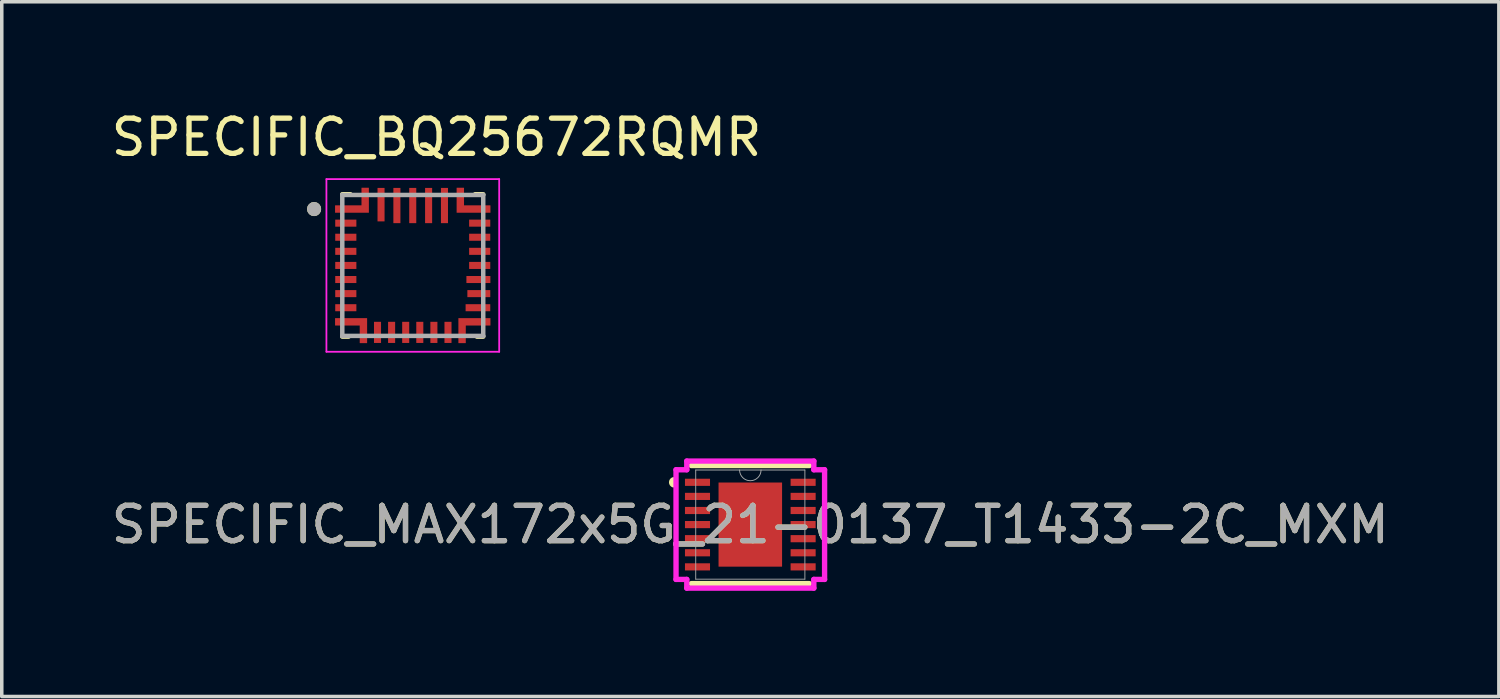
<source format=kicad_pcb>
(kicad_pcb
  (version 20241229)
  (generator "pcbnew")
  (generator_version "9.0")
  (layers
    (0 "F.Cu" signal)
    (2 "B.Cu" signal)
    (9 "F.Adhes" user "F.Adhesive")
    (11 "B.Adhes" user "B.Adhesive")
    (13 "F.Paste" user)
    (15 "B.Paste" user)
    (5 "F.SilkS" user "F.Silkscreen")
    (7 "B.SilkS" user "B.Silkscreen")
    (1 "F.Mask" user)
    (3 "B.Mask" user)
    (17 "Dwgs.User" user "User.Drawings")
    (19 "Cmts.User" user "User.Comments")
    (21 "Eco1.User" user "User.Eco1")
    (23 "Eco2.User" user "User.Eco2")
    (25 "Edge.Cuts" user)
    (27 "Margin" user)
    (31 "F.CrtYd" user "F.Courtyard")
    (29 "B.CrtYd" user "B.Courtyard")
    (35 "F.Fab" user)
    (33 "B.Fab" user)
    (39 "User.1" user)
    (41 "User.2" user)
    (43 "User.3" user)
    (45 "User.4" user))
  (footprint "SPECIFIC_MAX172x5G_21-0137_T1433-2C_MXM"
    (layer "F.Cu")
    (at 18.244 11.838)
    (property "Reference" "SPECIFIC_MAX172x5G_21-0137_T1433-2C_MXM" (at 0 0 0) (unlocked yes) (layer "F.SilkS") (effects (font (size 1 1) (thickness 0.15))))
    (attr smd)
    (fp_line (start -1.676 1.676) (end 1.676 1.676) (stroke (width 0.152) (type solid)) (layer "F.SilkS"))
    (fp_line (start 1.676 -1.676) (end -1.676 -1.676) (stroke (width 0.152) (type solid)) (layer "F.SilkS"))
    (fp_arc (start -2.18694 -1.130453) (mid -2.232 -1.2) (end -2.18694 -1.269547) (stroke (width 0.1524) (type solid)) (layer "F.SilkS"))
    (fp_line (start -2.108 -1.556) (end -1.803 -1.556) (stroke (width 0.152) (type solid)) (layer "F.CrtYd"))
    (fp_line (start -2.108 1.556) (end -2.108 -1.556) (stroke (width 0.152) (type solid)) (layer "F.CrtYd"))
    (fp_line (start -2.108 1.556) (end -1.803 1.556) (stroke (width 0.152) (type solid)) (layer "F.CrtYd"))
    (fp_line (start -1.803 -1.803) (end 1.803 -1.803) (stroke (width 0.152) (type solid)) (layer "F.CrtYd"))
    (fp_line (start -1.803 -1.556) (end -1.803 -1.803) (stroke (width 0.152) (type solid)) (layer "F.CrtYd"))
    (fp_line (start -1.803 1.803) (end -1.803 1.556) (stroke (width 0.152) (type solid)) (layer "F.CrtYd"))
    (fp_line (start 1.803 -1.803) (end 1.803 -1.556) (stroke (width 0.152) (type solid)) (layer "F.CrtYd"))
    (fp_line (start 1.803 1.556) (end 1.803 1.803) (stroke (width 0.152) (type solid)) (layer "F.CrtYd"))
    (fp_line (start 1.803 1.803) (end -1.803 1.803) (stroke (width 0.152) (type solid)) (layer "F.CrtYd"))
    (fp_line (start 2.108 -1.556) (end 1.803 -1.556) (stroke (width 0.152) (type solid)) (layer "F.CrtYd"))
    (fp_line (start 2.108 -1.556) (end 2.108 1.556) (stroke (width 0.152) (type solid)) (layer "F.CrtYd"))
    (fp_line (start 2.108 1.556) (end 1.803 1.556) (stroke (width 0.152) (type solid)) (layer "F.CrtYd"))
    (fp_line (start -1.549 -1.549) (end -1.549 1.549) (stroke (width 0.025) (type solid)) (layer "F.Fab"))
    (fp_line (start -1.549 1.549) (end 1.549 1.549) (stroke (width 0.025) (type solid)) (layer "F.Fab"))
    (fp_line (start 1.549 -1.549) (end -1.549 -1.549) (stroke (width 0.025) (type solid)) (layer "F.Fab"))
    (fp_line (start 1.549 1.549) (end 1.549 -1.549) (stroke (width 0.025) (type solid)) (layer "F.Fab"))
    (fp_arc (start 0.3048 -1.5494) (mid 0 -1.2446) (end -0.3048 -1.5494) (stroke (width 0.0254) (type solid)) (layer "F.Fab"))
    (fp_text user "${REFERENCE}" (at 0 0 0) (unlocked yes) (layer "F.Fab") (effects (font (size 1 1) (thickness 0.15))))
    (pad "1" smd rect (at -1.499 -1.2) (size 0.711 0.203) (layers "F.Cu" "F.Mask" "F.Paste"))
    (pad "2" smd rect (at -1.499 -0.8) (size 0.711 0.203) (layers "F.Cu" "F.Mask" "F.Paste"))
    (pad "3" smd rect (at -1.499 -0.4) (size 0.711 0.203) (layers "F.Cu" "F.Mask" "F.Paste"))
    (pad "4" smd rect (at -1.499 0) (size 0.711 0.203) (layers "F.Cu" "F.Mask" "F.Paste"))
    (pad "5" smd rect (at -1.499 0.4) (size 0.711 0.203) (layers "F.Cu" "F.Mask" "F.Paste"))
    (pad "6" smd rect (at -1.499 0.8) (size 0.711 0.203) (layers "F.Cu" "F.Mask" "F.Paste"))
    (pad "7" smd rect (at -1.499 1.2) (size 0.711 0.203) (layers "F.Cu" "F.Mask" "F.Paste"))
    (pad "8" smd rect (at 1.499 1.2) (size 0.711 0.203) (layers "F.Cu" "F.Mask" "F.Paste"))
    (pad "9" smd rect (at 1.499 0.8) (size 0.711 0.203) (layers "F.Cu" "F.Mask" "F.Paste"))
    (pad "10" smd rect (at 1.499 0.4) (size 0.711 0.203) (layers "F.Cu" "F.Mask" "F.Paste"))
    (pad "11" smd rect (at 1.499 0) (size 0.711 0.203) (layers "F.Cu" "F.Mask" "F.Paste"))
    (pad "12" smd rect (at 1.499 -0.4) (size 0.711 0.203) (layers "F.Cu" "F.Mask" "F.Paste"))
    (pad "13" smd rect (at 1.499 -0.8) (size 0.711 0.203) (layers "F.Cu" "F.Mask" "F.Paste"))
    (pad "14" smd rect (at 1.499 -1.2) (size 0.711 0.203) (layers "F.Cu" "F.Mask" "F.Paste"))
    (pad "15" smd rect (at 0 0) (size 1.803 2.388) (layers "F.Cu" "F.Mask" "F.Paste")))
  (footprint "SPECIFIC_BQ25672RQMR"
    (layer "F.Cu")
    (at 8.664 4.483)
    (property "Reference" "SPECIFIC_BQ25672RQMR" (at 0.675 -3.635 0) (layer "F.SilkS") (effects (font (size 1 1) (thickness 0.15))))
    (attr smd)
    (fp_poly (pts (xy -2.25 -1.35) (xy -1.55 -1.35) (xy -1.55 -1.05) (xy -2.25 -1.05)) (stroke (width 0.01) (type solid)) (fill yes) (layer "F.Mask"))
    (fp_poly (pts (xy -2.25 -0.95) (xy -1.55 -0.95) (xy -1.55 -0.65) (xy -2.25 -0.65)) (stroke (width 0.01) (type solid)) (fill yes) (layer "F.Mask"))
    (fp_poly (pts (xy -2.25 -0.55) (xy -1.55 -0.55) (xy -1.55 -0.25) (xy -2.25 -0.25)) (stroke (width 0.01) (type solid)) (fill yes) (layer "F.Mask"))
    (fp_poly (pts (xy -2.25 -0.15) (xy -1.55 -0.15) (xy -1.55 0.15) (xy -2.25 0.15)) (stroke (width 0.01) (type solid)) (fill yes) (layer "F.Mask"))
    (fp_poly (pts (xy -2.25 0.25) (xy -1.55 0.25) (xy -1.55 0.55) (xy -2.25 0.55)) (stroke (width 0.01) (type solid)) (fill yes) (layer "F.Mask"))
    (fp_poly (pts (xy -2.25 0.65) (xy -1.55 0.65) (xy -1.55 0.95) (xy -2.25 0.95)) (stroke (width 0.01) (type solid)) (fill yes) (layer "F.Mask"))
    (fp_poly (pts (xy -2.25 1.05) (xy -1.55 1.05) (xy -1.55 1.35) (xy -2.25 1.35)) (stroke (width 0.01) (type solid)) (fill yes) (layer "F.Mask"))
    (fp_poly (pts (xy -1.15 1.55) (xy -0.85 1.55) (xy -0.85 2.25) (xy -1.15 2.25)) (stroke (width 0.01) (type solid)) (fill yes) (layer "F.Mask"))
    (fp_poly (pts (xy -1.05 -2.25) (xy -0.75 -2.25) (xy -0.75 -1.2) (xy -1.05 -1.2)) (stroke (width 0.01) (type solid)) (fill yes) (layer "F.Mask"))
    (fp_poly (pts (xy -0.75 1.55) (xy -0.45 1.55) (xy -0.45 2.25) (xy -0.75 2.25)) (stroke (width 0.01) (type solid)) (fill yes) (layer "F.Mask"))
    (fp_poly (pts (xy -0.6 -2.25) (xy -0.3 -2.25) (xy -0.3 -1.15) (xy -0.6 -1.15)) (stroke (width 0.01) (type solid)) (fill yes) (layer "F.Mask"))
    (fp_poly (pts (xy -0.35 1.55) (xy -0.05 1.55) (xy -0.05 2.25) (xy -0.35 2.25)) (stroke (width 0.01) (type solid)) (fill yes) (layer "F.Mask"))
    (fp_poly (pts (xy -0.15 -2.25) (xy 0.15 -2.25) (xy 0.15 -1.15) (xy -0.15 -1.15)) (stroke (width 0.01) (type solid)) (fill yes) (layer "F.Mask"))
    (fp_poly (pts (xy 0.05 1.55) (xy 0.35 1.55) (xy 0.35 2.25) (xy 0.05 2.25)) (stroke (width 0.01) (type solid)) (fill yes) (layer "F.Mask"))
    (fp_poly (pts (xy 0.3 -2.25) (xy 0.6 -2.25) (xy 0.6 -1.15) (xy 0.3 -1.15)) (stroke (width 0.01) (type solid)) (fill yes) (layer "F.Mask"))
    (fp_poly (pts (xy 0.45 1.55) (xy 0.75 1.55) (xy 0.75 2.25) (xy 0.45 2.25)) (stroke (width 0.01) (type solid)) (fill yes) (layer "F.Mask"))
    (fp_poly (pts (xy 0.75 -2.25) (xy 1.05 -2.25) (xy 1.05 -1.15) (xy 0.75 -1.15)) (stroke (width 0.01) (type solid)) (fill yes) (layer "F.Mask"))
    (fp_poly (pts (xy 0.85 1.55) (xy 1.15 1.55) (xy 1.15 2.25) (xy 0.85 2.25)) (stroke (width 0.01) (type solid)) (fill yes) (layer "F.Mask"))
    (fp_poly (pts (xy 1.45 1.05) (xy 2.25 1.05) (xy 2.25 1.35) (xy 1.45 1.35)) (stroke (width 0.01) (type solid)) (fill yes) (layer "F.Mask"))
    (fp_poly (pts (xy 1.472 0.25) (xy 2.252 0.25) (xy 2.252 0.55) (xy 1.472 0.55)) (stroke (width 0.01) (type solid)) (fill yes) (layer "F.Mask"))
    (fp_poly (pts (xy 1.5 0.65) (xy 2.25 0.65) (xy 2.25 0.95) (xy 1.5 0.95)) (stroke (width 0.01) (type solid)) (fill yes) (layer "F.Mask"))
    (fp_poly (pts (xy 1.55 -1.35) (xy 2.25 -1.35) (xy 2.25 -1.05) (xy 1.55 -1.05)) (stroke (width 0.01) (type solid)) (fill yes) (layer "F.Mask"))
    (fp_poly (pts (xy 1.55 -0.95) (xy 2.25 -0.95) (xy 2.25 -0.65) (xy 1.55 -0.65)) (stroke (width 0.01) (type solid)) (fill yes) (layer "F.Mask"))
    (fp_poly (pts (xy 1.55 -0.55) (xy 2.25 -0.55) (xy 2.25 -0.25) (xy 1.55 -0.25)) (stroke (width 0.01) (type solid)) (fill yes) (layer "F.Mask"))
    (fp_poly (pts (xy 1.55 -0.15) (xy 2.25 -0.15) (xy 2.25 0.15) (xy 1.55 0.15)) (stroke (width 0.01) (type solid)) (fill yes) (layer "F.Mask"))
    (fp_poly (pts (xy 1.55 -0.15) (xy 2.25 -0.15) (xy 2.25 0.15) (xy 1.55 0.15)) (stroke (width 0.01) (type solid)) (fill yes) (layer "F.Mask"))
    (fp_poly (pts (xy -2.25 -1.75) (xy -1.5 -1.75) (xy -1.5 -2.25) (xy -1.2 -2.25) (xy -1.2 -1.45) (xy -2.25 -1.45)) (stroke (width 0.01) (type solid)) (fill yes) (layer "F.Mask"))
    (fp_poly (pts (xy -2.25 1.45) (xy -1.25 1.45) (xy -1.25 2.25) (xy -1.55 2.25) (xy -1.55 1.75) (xy -2.25 1.75)) (stroke (width 0.01) (type solid)) (fill yes) (layer "F.Mask"))
    (fp_poly (pts (xy 2.25 -1.75) (xy 1.5 -1.75) (xy 1.5 -2.25) (xy 1.2 -2.25) (xy 1.2 -1.45) (xy 2.25 -1.45)) (stroke (width 0.01) (type solid)) (fill yes) (layer "F.Mask"))
    (fp_poly (pts (xy 2.25 1.45) (xy 1.25 1.45) (xy 1.25 2.25) (xy 1.55 2.25) (xy 1.55 1.75) (xy 2.25 1.75)) (stroke (width 0.01) (type solid)) (fill yes) (layer "F.Mask"))
    (fp_line (start -1.82 2.02) (end -2 2.02) (stroke (width 0.127) (type solid)) (layer "F.SilkS"))
    (fp_line (start -1.77 -2.02) (end -2 -2.02) (stroke (width 0.127) (type solid)) (layer "F.SilkS"))
    (fp_line (start 1.77 -2.02) (end 2 -2.02) (stroke (width 0.127) (type solid)) (layer "F.SilkS"))
    (fp_line (start 1.82 2.02) (end 2 2.02) (stroke (width 0.127) (type solid)) (layer "F.SilkS"))
    (fp_circle (center -2.8 -1.6) (end -2.7 -1.6) (stroke (width 0.2) (type solid)) (fill no) (layer "F.SilkS"))
    (fp_poly (pts (xy -2.2 -1.7) (xy -1.45 -1.7) (xy -1.45 -2.2) (xy -1.25 -2.2) (xy -1.25 -1.5) (xy -2.2 -1.5)) (stroke (width 0.01) (type solid)) (fill yes) (layer "F.Paste"))
    (fp_poly (pts (xy -2.2 1.5) (xy -1.3 1.5) (xy -1.3 2.2) (xy -1.5 2.2) (xy -1.5 1.7) (xy -2.2 1.7)) (stroke (width 0.01) (type solid)) (fill yes) (layer "F.Paste"))
    (fp_poly (pts (xy 2.2 -1.7) (xy 1.45 -1.7) (xy 1.45 -2.2) (xy 1.25 -2.2) (xy 1.25 -1.5) (xy 2.2 -1.5)) (stroke (width 0.01) (type solid)) (fill yes) (layer "F.Paste"))
    (fp_poly (pts (xy 2.2 1.5) (xy 1.3 1.5) (xy 1.3 2.2) (xy 1.5 2.2) (xy 1.5 1.7) (xy 2.2 1.7)) (stroke (width 0.01) (type solid)) (fill yes) (layer "F.Paste"))
    (fp_line (start -2.45 -2.45) (end -2.45 2.45) (stroke (width 0.05) (type solid)) (layer "F.CrtYd"))
    (fp_line (start -2.45 2.45) (end 2.453 2.45) (stroke (width 0.05) (type solid)) (layer "F.CrtYd"))
    (fp_line (start 2.453 -2.45) (end -2.45 -2.45) (stroke (width 0.05) (type solid)) (layer "F.CrtYd"))
    (fp_line (start 2.453 2.45) (end 2.453 -2.45) (stroke (width 0.05) (type solid)) (layer "F.CrtYd"))
    (fp_line (start -2 -2) (end 2 -2) (stroke (width 0.127) (type solid)) (layer "F.Fab"))
    (fp_line (start -2 2) (end -2 -2) (stroke (width 0.127) (type solid)) (layer "F.Fab"))
    (fp_line (start 2 -2) (end 2 2) (stroke (width 0.127) (type solid)) (layer "F.Fab"))
    (fp_line (start 2 2) (end -2 2) (stroke (width 0.127) (type solid)) (layer "F.Fab"))
    (fp_circle (center -2.8 -1.6) (end -2.7 -1.6) (stroke (width 0.2) (type solid)) (fill no) (layer "F.Fab"))
    (pad "1" smd custom (at -1.9 -1.6) (size 0.55 0.15) (layers "F.Cu") (options (anchor rect)) (primitives (gr_poly (pts (xy -0.3 -0.1) (xy 0.45 -0.1) (xy 0.45 -0.6) (xy 0.65 -0.6) (xy 0.65 0.1) (xy -0.3 0.1)) (width 0.01) (fill yes))))
    (pad "2" smd rect (at -1.9 -1.2) (size 0.6 0.2) (layers "F.Cu" "F.Paste"))
    (pad "3" smd rect (at -1.9 -0.8) (size 0.6 0.2) (layers "F.Cu" "F.Paste"))
    (pad "4" smd rect (at -1.9 -0.4) (size 0.6 0.2) (layers "F.Cu" "F.Paste"))
    (pad "5" smd rect (at -1.9 0) (size 0.6 0.2) (layers "F.Cu" "F.Paste"))
    (pad "6" smd rect (at -1.9 0.4) (size 0.6 0.2) (layers "F.Cu" "F.Paste"))
    (pad "7" smd rect (at -1.9 0.8) (size 0.6 0.2) (layers "F.Cu" "F.Paste"))
    (pad "8" smd rect (at -1.9 1.2) (size 0.6 0.2) (layers "F.Cu" "F.Paste"))
    (pad "9" smd custom (at -1.9 1.6) (size 0.55 0.15) (layers "F.Cu") (options (anchor rect)) (primitives (gr_poly (pts (xy -0.3 -0.1) (xy 0.6 -0.1) (xy 0.6 0.6) (xy 0.4 0.6) (xy 0.4 0.1) (xy -0.3 0.1)) (width 0.01) (fill yes))))
    (pad "10" smd rect (at -1 1.9) (size 0.2 0.6) (layers "F.Cu" "F.Paste"))
    (pad "11" smd rect (at -0.6 1.9) (size 0.2 0.6) (layers "F.Cu" "F.Paste"))
    (pad "12" smd rect (at -0.2 1.9) (size 0.2 0.6) (layers "F.Cu" "F.Paste"))
    (pad "13" smd rect (at 0.2 1.9) (size 0.2 0.6) (layers "F.Cu" "F.Paste"))
    (pad "14" smd rect (at 0.6 1.9) (size 0.2 0.6) (layers "F.Cu" "F.Paste"))
    (pad "15" smd rect (at 1 1.9) (size 0.2 0.6) (layers "F.Cu" "F.Paste"))
    (pad "16" smd custom (at 1.9 1.6) (size 0.55 0.15) (layers "F.Cu") (options (anchor rect)) (primitives (gr_poly (pts (xy 0.3 -0.1) (xy -0.6 -0.1) (xy -0.6 0.6) (xy -0.4 0.6) (xy -0.4 0.1) (xy 0.3 0.1)) (width 0.01) (fill yes))))
    (pad "17" smd rect (at 1.85 1.2) (size 0.7 0.2) (layers "F.Cu" "F.Paste"))
    (pad "18" smd rect (at 1.875 0.8) (size 0.65 0.2) (layers "F.Cu" "F.Paste"))
    (pad "19" smd rect (at 1.863 0.4) (size 0.68 0.2) (layers "F.Cu" "F.Paste"))
    (pad "20" smd rect (at 1.9 0) (size 0.6 0.2) (layers "F.Cu" "F.Paste"))
    (pad "21" smd rect (at 1.9 -0.4) (size 0.6 0.2) (layers "F.Cu" "F.Paste"))
    (pad "22" smd rect (at 1.9 -0.8) (size 0.6 0.2) (layers "F.Cu" "F.Paste"))
    (pad "23" smd rect (at 1.9 -1.2) (size 0.6 0.2) (layers "F.Cu" "F.Paste"))
    (pad "24" smd custom (at 1.9 -1.6) (size 0.55 0.15) (layers "F.Cu") (options (anchor rect)) (primitives (gr_poly (pts (xy 0.3 -0.1) (xy -0.45 -0.1) (xy -0.45 -0.6) (xy -0.65 -0.6) (xy -0.65 0.1) (xy 0.3 0.1)) (width 0.01) (fill yes))))
    (pad "25" smd rect (at 0.9 -1.7) (size 0.2 1) (layers "F.Cu" "F.Paste"))
    (pad "26" smd rect (at 0.45 -1.7) (size 0.2 1) (layers "F.Cu" "F.Paste"))
    (pad "27" smd rect (at 0 -1.7) (size 0.2 1) (layers "F.Cu" "F.Paste"))
    (pad "28" smd rect (at -0.45 -1.7) (size 0.2 1) (layers "F.Cu" "F.Paste"))
    (pad "29" smd rect (at -0.9 -1.725) (size 0.2 0.95) (layers "F.Cu" "F.Paste")))
  (gr_rect
    (start -3 -3)
    (end 39.488 16.717)
    (stroke (width 0.1) (type default))
    (fill no)
    (layer "Edge.Cuts")))
</source>
